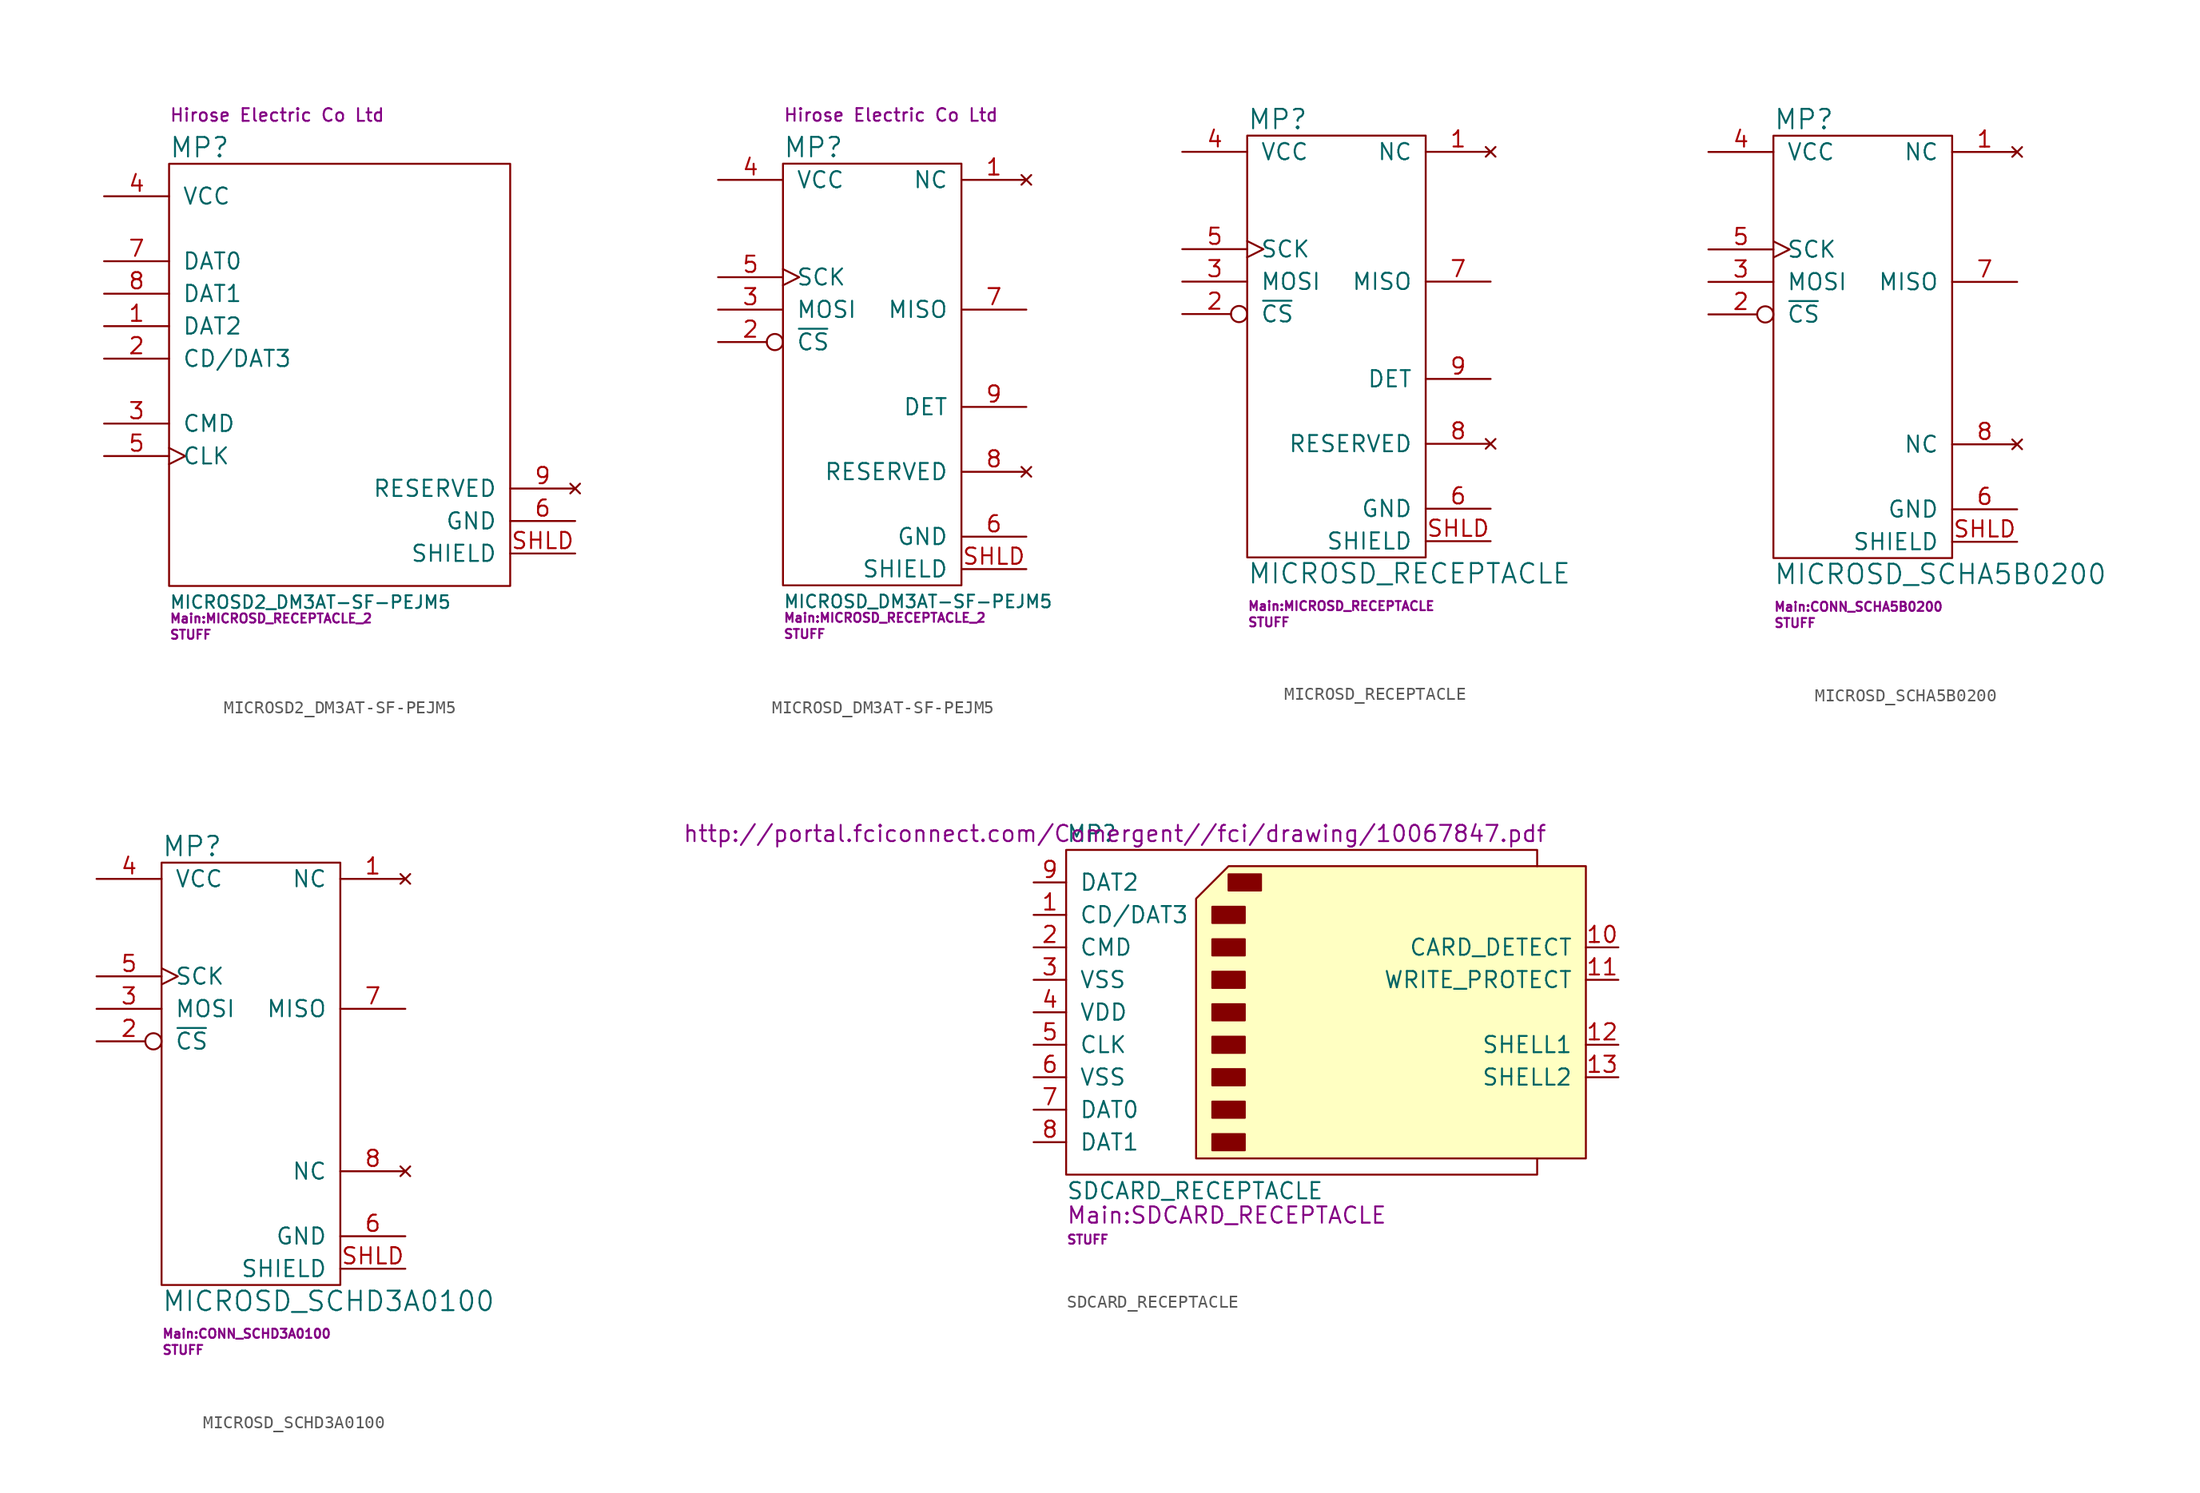
<source format=kicad_sym>
(kicad_symbol_lib
  (version 20211014)
  (generator kicad_symbol_editor)
  (symbol "MICROSD2_DM3AT-SF-PEJM5"
    (pin_names
      (offset 1.016))
    (property "Reference" "MP"
      (at -13.97 17.78 0)
      (effects (font (size 1.524 1.524)) (justify left)))
    (property "Value" "MICROSD2_DM3AT-SF-PEJM5"
      (at -13.97 -17.78 0)
      (effects (font (size 0.991 0.991)) (justify left)))
    (property "Footprint" "Main:MICROSD_RECEPTACLE_2"
      (at -13.97 -19.05 0)
      (effects (font (size 0.711 0.711)) (justify left)))
    (property "Datasheet" ""
      (at 2.54 3.81 0)
      (effects (font (size 1.524 1.524))))
    (property "Manufacturer" "Hirose Electric Co Ltd"
      (at -13.97 20.32 0)
      (effects (font (size 0.991 0.991)) (justify left)))
    (property "SKU" "STUFF"
      (at -13.97 -20.32 0)
      (effects (font (size 0.711 0.711)) (justify left)))
    (symbol "MICROSD2_DM3AT-SF-PEJM5_0_1"
      (rectangle (start -13.97 16.51) (end 12.7 -16.51) (stroke (width 0) (type default) (color 0 0 0 0)) (fill (type none))))
    (symbol "MICROSD2_DM3AT-SF-PEJM5_1_1"
      (pin bidirectional line (at -19.05 3.81 0) (length 5.08) (name "DAT2" (effects (font (size 1.27 1.27)))) (number "1" (effects (font (size 1.27 1.27)))))
      (pin bidirectional line (at -19.05 1.27 0) (length 5.08) (name "CD/DAT3" (effects (font (size 1.27 1.27)))) (number "2" (effects (font (size 1.27 1.27)))))
      (pin input line (at -19.05 -3.81 0) (length 5.08) (name "CMD" (effects (font (size 1.27 1.27)))) (number "3" (effects (font (size 1.27 1.27)))))
      (pin power_in line (at -19.05 13.97 0) (length 5.08) (name "VCC" (effects (font (size 1.27 1.27)))) (number "4" (effects (font (size 1.27 1.27)))))
      (pin input clock (at -19.05 -6.35 0) (length 5.08) (name "CLK" (effects (font (size 1.27 1.27)))) (number "5" (effects (font (size 1.27 1.27)))))
      (pin power_in line (at 17.78 -11.43 180) (length 5.08) (name "GND" (effects (font (size 1.27 1.27)))) (number "6" (effects (font (size 1.27 1.27)))))
      (pin bidirectional line (at -19.05 8.89 0) (length 5.08) (name "DAT0" (effects (font (size 1.27 1.27)))) (number "7" (effects (font (size 1.27 1.27)))))
      (pin bidirectional line (at -19.05 6.35 0) (length 5.08) (name "DAT1" (effects (font (size 1.27 1.27)))) (number "8" (effects (font (size 1.27 1.27)))))
      (pin no_connect line (at 17.78 -8.89 180) (length 5.08) (name "RESERVED" (effects (font (size 1.27 1.27)))) (number "9" (effects (font (size 1.27 1.27)))))
      (pin bidirectional line (at 17.78 -13.97 180) (length 5.08) (name "SHIELD" (effects (font (size 1.27 1.27)))) (number "SHLD" (effects (font (size 1.27 1.27)))))))
  (symbol "MICROSD_DM3AT-SF-PEJM5"
    (pin_names
      (offset 1.016))
    (property "Reference" "MP"
      (at -13.97 17.78 0)
      (effects (font (size 1.524 1.524)) (justify left)))
    (property "Value" "MICROSD_DM3AT-SF-PEJM5"
      (at -13.97 -17.78 0)
      (effects (font (size 0.991 0.991)) (justify left)))
    (property "Footprint" "Main:MICROSD_RECEPTACLE_2"
      (at -13.97 -19.05 0)
      (effects (font (size 0.711 0.711)) (justify left)))
    (property "Datasheet" ""
      (at 2.54 3.81 0)
      (effects (font (size 1.524 1.524))))
    (property "Manufacturer" "Hirose Electric Co Ltd"
      (at -13.97 20.32 0)
      (effects (font (size 0.991 0.991)) (justify left)))
    (property "SKU" "STUFF"
      (at -13.97 -20.32 0)
      (effects (font (size 0.711 0.711)) (justify left)))
    (symbol "MICROSD_DM3AT-SF-PEJM5_0_1"
      (rectangle (start -13.97 16.51) (end 0 -16.51) (stroke (width 0) (type default) (color 0 0 0 0)) (fill (type none))))
    (symbol "MICROSD_DM3AT-SF-PEJM5_1_1"
      (pin no_connect line (at 5.08 15.24 180) (length 5.08) (name "NC" (effects (font (size 1.27 1.27)))) (number "1" (effects (font (size 1.27 1.27)))))
      (pin input inverted (at -19.05 2.54 0) (length 5.08) (name "~{CS}" (effects (font (size 1.27 1.27)))) (number "2" (effects (font (size 1.27 1.27)))))
      (pin input line (at -19.05 5.08 0) (length 5.08) (name "MOSI" (effects (font (size 1.27 1.27)))) (number "3" (effects (font (size 1.27 1.27)))))
      (pin power_in line (at -19.05 15.24 0) (length 5.08) (name "VCC" (effects (font (size 1.27 1.27)))) (number "4" (effects (font (size 1.27 1.27)))))
      (pin input clock (at -19.05 7.62 0) (length 5.08) (name "SCK" (effects (font (size 1.27 1.27)))) (number "5" (effects (font (size 1.27 1.27)))))
      (pin power_in line (at 5.08 -12.7 180) (length 5.08) (name "GND" (effects (font (size 1.27 1.27)))) (number "6" (effects (font (size 1.27 1.27)))))
      (pin output line (at 5.08 5.08 180) (length 5.08) (name "MISO" (effects (font (size 1.27 1.27)))) (number "7" (effects (font (size 1.27 1.27)))))
      (pin no_connect line (at 5.08 -7.62 180) (length 5.08) (name "RESERVED" (effects (font (size 1.27 1.27)))) (number "8" (effects (font (size 1.27 1.27)))))
      (pin bidirectional line (at 5.08 -2.54 180) (length 5.08) (name "DET" (effects (font (size 1.27 1.27)))) (number "9" (effects (font (size 1.27 1.27)))))
      (pin bidirectional line (at 5.08 -15.24 180) (length 5.08) (name "SHIELD" (effects (font (size 1.27 1.27)))) (number "SHLD" (effects (font (size 1.27 1.27)))))))
  (symbol "MICROSD_RECEPTACLE"
    (pin_names
      (offset 1.016))
    (property "Reference" "MP"
      (at -13.97 17.78 0)
      (effects (font (size 1.524 1.524)) (justify left)))
    (property "Value" "MICROSD_RECEPTACLE"
      (at -13.97 -17.78 0)
      (effects (font (size 1.524 1.524)) (justify left)))
    (property "Footprint" "Main:MICROSD_RECEPTACLE"
      (at -13.97 -20.32 0)
      (effects (font (size 0.711 0.711)) (justify left)))
    (property "Datasheet" ""
      (at 2.54 3.81 0)
      (effects (font (size 1.524 1.524))))
    (property "SKU" "STUFF"
      (at -13.97 -21.59 0)
      (effects (font (size 0.711 0.711)) (justify left)))
    (symbol "MICROSD_RECEPTACLE_0_1"
      (rectangle (start -13.97 16.51) (end 0 -16.51) (stroke (width 0) (type default) (color 0 0 0 0)) (fill (type none))))
    (symbol "MICROSD_RECEPTACLE_1_1"
      (pin no_connect line (at 5.08 15.24 180) (length 5.08) (name "NC" (effects (font (size 1.27 1.27)))) (number "1" (effects (font (size 1.27 1.27)))))
      (pin input inverted (at -19.05 2.54 0) (length 5.08) (name "~{CS}" (effects (font (size 1.27 1.27)))) (number "2" (effects (font (size 1.27 1.27)))))
      (pin input line (at -19.05 5.08 0) (length 5.08) (name "MOSI" (effects (font (size 1.27 1.27)))) (number "3" (effects (font (size 1.27 1.27)))))
      (pin power_in line (at -19.05 15.24 0) (length 5.08) (name "VCC" (effects (font (size 1.27 1.27)))) (number "4" (effects (font (size 1.27 1.27)))))
      (pin input clock (at -19.05 7.62 0) (length 5.08) (name "SCK" (effects (font (size 1.27 1.27)))) (number "5" (effects (font (size 1.27 1.27)))))
      (pin power_in line (at 5.08 -12.7 180) (length 5.08) (name "GND" (effects (font (size 1.27 1.27)))) (number "6" (effects (font (size 1.27 1.27)))))
      (pin output line (at 5.08 5.08 180) (length 5.08) (name "MISO" (effects (font (size 1.27 1.27)))) (number "7" (effects (font (size 1.27 1.27)))))
      (pin no_connect line (at 5.08 -7.62 180) (length 5.08) (name "RESERVED" (effects (font (size 1.27 1.27)))) (number "8" (effects (font (size 1.27 1.27)))))
      (pin bidirectional line (at 5.08 -2.54 180) (length 5.08) (name "DET" (effects (font (size 1.27 1.27)))) (number "9" (effects (font (size 1.27 1.27)))))
      (pin bidirectional line (at 5.08 -15.24 180) (length 5.08) (name "SHIELD" (effects (font (size 1.27 1.27)))) (number "SHLD" (effects (font (size 1.27 1.27)))))))
  (symbol "MICROSD_SCHA5B0200"
    (pin_names
      (offset 1.016))
    (property "Reference" "MP"
      (at -13.97 17.78 0)
      (effects (font (size 1.524 1.524)) (justify left)))
    (property "Value" "MICROSD_SCHA5B0200"
      (at -13.97 -17.78 0)
      (effects (font (size 1.524 1.524)) (justify left)))
    (property "Footprint" "Main:CONN_SCHA5B0200"
      (at -13.97 -20.32 0)
      (effects (font (size 0.711 0.711)) (justify left)))
    (property "Datasheet" ""
      (at 2.54 3.81 0)
      (effects (font (size 1.524 1.524))))
    (property "SKU" "STUFF"
      (at -13.97 -21.59 0)
      (effects (font (size 0.711 0.711)) (justify left)))
    (symbol "MICROSD_SCHA5B0200_0_1"
      (rectangle (start -13.97 16.51) (end 0 -16.51) (stroke (width 0) (type default) (color 0 0 0 0)) (fill (type none))))
    (symbol "MICROSD_SCHA5B0200_1_1"
      (pin no_connect line (at 5.08 15.24 180) (length 5.08) (name "NC" (effects (font (size 1.27 1.27)))) (number "1" (effects (font (size 1.27 1.27)))))
      (pin input inverted (at -19.05 2.54 0) (length 5.08) (name "~{CS}" (effects (font (size 1.27 1.27)))) (number "2" (effects (font (size 1.27 1.27)))))
      (pin input line (at -19.05 5.08 0) (length 5.08) (name "MOSI" (effects (font (size 1.27 1.27)))) (number "3" (effects (font (size 1.27 1.27)))))
      (pin power_in line (at -19.05 15.24 0) (length 5.08) (name "VCC" (effects (font (size 1.27 1.27)))) (number "4" (effects (font (size 1.27 1.27)))))
      (pin input clock (at -19.05 7.62 0) (length 5.08) (name "SCK" (effects (font (size 1.27 1.27)))) (number "5" (effects (font (size 1.27 1.27)))))
      (pin power_in line (at 5.08 -12.7 180) (length 5.08) (name "GND" (effects (font (size 1.27 1.27)))) (number "6" (effects (font (size 1.27 1.27)))))
      (pin output line (at 5.08 5.08 180) (length 5.08) (name "MISO" (effects (font (size 1.27 1.27)))) (number "7" (effects (font (size 1.27 1.27)))))
      (pin no_connect line (at 5.08 -7.62 180) (length 5.08) (name "NC" (effects (font (size 1.27 1.27)))) (number "8" (effects (font (size 1.27 1.27)))))
      (pin bidirectional line (at 5.08 -15.24 180) (length 5.08) (name "SHIELD" (effects (font (size 1.27 1.27)))) (number "SHLD" (effects (font (size 1.27 1.27)))))))
  (symbol "MICROSD_SCHD3A0100"
    (pin_names
      (offset 1.016))
    (property "Reference" "MP"
      (at -13.97 17.78 0)
      (effects (font (size 1.524 1.524)) (justify left)))
    (property "Value" "MICROSD_SCHD3A0100"
      (at -13.97 -17.78 0)
      (effects (font (size 1.524 1.524)) (justify left)))
    (property "Footprint" "Main:CONN_SCHD3A0100"
      (at -13.97 -20.32 0)
      (effects (font (size 0.711 0.711)) (justify left)))
    (property "Datasheet" ""
      (at 2.54 3.81 0)
      (effects (font (size 1.524 1.524))))
    (property "SKU" "STUFF"
      (at -13.97 -21.59 0)
      (effects (font (size 0.711 0.711)) (justify left)))
    (symbol "MICROSD_SCHD3A0100_0_1"
      (rectangle (start -13.97 16.51) (end 0 -16.51) (stroke (width 0) (type default) (color 0 0 0 0)) (fill (type none))))
    (symbol "MICROSD_SCHD3A0100_1_1"
      (pin no_connect line (at 5.08 15.24 180) (length 5.08) (name "NC" (effects (font (size 1.27 1.27)))) (number "1" (effects (font (size 1.27 1.27)))))
      (pin input inverted (at -19.05 2.54 0) (length 5.08) (name "~{CS}" (effects (font (size 1.27 1.27)))) (number "2" (effects (font (size 1.27 1.27)))))
      (pin input line (at -19.05 5.08 0) (length 5.08) (name "MOSI" (effects (font (size 1.27 1.27)))) (number "3" (effects (font (size 1.27 1.27)))))
      (pin power_in line (at -19.05 15.24 0) (length 5.08) (name "VCC" (effects (font (size 1.27 1.27)))) (number "4" (effects (font (size 1.27 1.27)))))
      (pin input clock (at -19.05 7.62 0) (length 5.08) (name "SCK" (effects (font (size 1.27 1.27)))) (number "5" (effects (font (size 1.27 1.27)))))
      (pin power_in line (at 5.08 -12.7 180) (length 5.08) (name "GND" (effects (font (size 1.27 1.27)))) (number "6" (effects (font (size 1.27 1.27)))))
      (pin output line (at 5.08 5.08 180) (length 5.08) (name "MISO" (effects (font (size 1.27 1.27)))) (number "7" (effects (font (size 1.27 1.27)))))
      (pin no_connect line (at 5.08 -7.62 180) (length 5.08) (name "NC" (effects (font (size 1.27 1.27)))) (number "8" (effects (font (size 1.27 1.27)))))
      (pin bidirectional line (at 5.08 -15.24 180) (length 5.08) (name "SHIELD" (effects (font (size 1.27 1.27)))) (number "SHLD" (effects (font (size 1.27 1.27)))))))
  (symbol "SDCARD_RECEPTACLE"
    (pin_names
      (offset 1.016))
    (property "Reference" "MP"
      (at -20.32 13.97 0)
      (effects (font (size 1.27 1.27)) (justify left)))
    (property "Value" "SDCARD_RECEPTACLE"
      (at -20.32 -13.97 0)
      (effects (font (size 1.27 1.27)) (justify left)))
    (property "Footprint" "Main:SDCARD_RECEPTACLE"
      (at -20.32 -15.875 0)
      (effects (font (size 1.27 1.27)) (justify left)))
    (property "Datasheet" "http://portal.fciconnect.com/Comergent//fci/drawing/10067847.pdf"
      (at -16.51 13.97 0)
      (effects (font (size 1.27 1.27))))
    (property "SKU" "STUFF"
      (at -20.32 -17.78 0)
      (effects (font (size 0.711 0.711)) (justify left)))
    (symbol "SDCARD_RECEPTACLE_0_1"
      (rectangle (start -8.89 -9.525) (end -6.35 -10.795) (stroke (width 0) (type default) (color 0 0 0 0)) (fill (type outline)))
      (rectangle (start -8.89 -6.985) (end -6.35 -8.255) (stroke (width 0) (type default) (color 0 0 0 0)) (fill (type outline)))
      (rectangle (start -8.89 -4.445) (end -6.35 -5.715) (stroke (width 0) (type default) (color 0 0 0 0)) (fill (type outline)))
      (rectangle (start -8.89 -1.905) (end -6.35 -3.175) (stroke (width 0) (type default) (color 0 0 0 0)) (fill (type outline)))
      (rectangle (start -8.89 0.635) (end -6.35 -0.635) (stroke (width 0) (type default) (color 0 0 0 0)) (fill (type outline)))
      (rectangle (start -8.89 3.175) (end -6.35 1.905) (stroke (width 0) (type default) (color 0 0 0 0)) (fill (type outline)))
      (rectangle (start -8.89 5.715) (end -6.35 4.445) (stroke (width 0) (type default) (color 0 0 0 0)) (fill (type outline)))
      (rectangle (start -8.89 8.255) (end -6.35 6.985) (stroke (width 0) (type default) (color 0 0 0 0)) (fill (type outline)))
      (rectangle (start -7.62 10.795) (end -5.08 9.525) (stroke (width 0) (type default) (color 0 0 0 0)) (fill (type outline)))
      (polyline (pts (xy -10.16 8.89) (xy -7.62 11.43) (xy 20.32 11.43) (xy 20.32 -11.43) (xy -10.16 -11.43) (xy -10.16 8.89)) (stroke (width 0) (type default) (color 0 0 0 0)) (fill (type background)))
      (polyline (pts (xy 16.51 11.43) (xy 16.51 12.7) (xy -20.32 12.7) (xy -20.32 -12.7) (xy 16.51 -12.7) (xy 16.51 -11.43)) (stroke (width 0) (type default) (color 0 0 0 0)) (fill (type none))))
    (symbol "SDCARD_RECEPTACLE_1_1"
      (pin input line (at -22.86 7.62 0) (length 2.54) (name "CD/DAT3" (effects (font (size 1.27 1.27)))) (number "1" (effects (font (size 1.27 1.27)))))
      (pin input line (at 22.86 5.08 180) (length 2.54) (name "CARD_DETECT" (effects (font (size 1.27 1.27)))) (number "10" (effects (font (size 1.27 1.27)))))
      (pin input line (at 22.86 2.54 180) (length 2.54) (name "WRITE_PROTECT" (effects (font (size 1.27 1.27)))) (number "11" (effects (font (size 1.27 1.27)))))
      (pin input line (at 22.86 -2.54 180) (length 2.54) (name "SHELL1" (effects (font (size 1.27 1.27)))) (number "12" (effects (font (size 1.27 1.27)))))
      (pin input line (at 22.86 -5.08 180) (length 2.54) (name "SHELL2" (effects (font (size 1.27 1.27)))) (number "13" (effects (font (size 1.27 1.27)))))
      (pin input line (at -22.86 5.08 0) (length 2.54) (name "CMD" (effects (font (size 1.27 1.27)))) (number "2" (effects (font (size 1.27 1.27)))))
      (pin input line (at -22.86 2.54 0) (length 2.54) (name "VSS" (effects (font (size 1.27 1.27)))) (number "3" (effects (font (size 1.27 1.27)))))
      (pin input line (at -22.86 0 0) (length 2.54) (name "VDD" (effects (font (size 1.27 1.27)))) (number "4" (effects (font (size 1.27 1.27)))))
      (pin input line (at -22.86 -2.54 0) (length 2.54) (name "CLK" (effects (font (size 1.27 1.27)))) (number "5" (effects (font (size 1.27 1.27)))))
      (pin input line (at -22.86 -5.08 0) (length 2.54) (name "VSS" (effects (font (size 1.27 1.27)))) (number "6" (effects (font (size 1.27 1.27)))))
      (pin input line (at -22.86 -7.62 0) (length 2.54) (name "DAT0" (effects (font (size 1.27 1.27)))) (number "7" (effects (font (size 1.27 1.27)))))
      (pin input line (at -22.86 -10.16 0) (length 2.54) (name "DAT1" (effects (font (size 1.27 1.27)))) (number "8" (effects (font (size 1.27 1.27)))))
      (pin input line (at -22.86 10.16 0) (length 2.54) (name "DAT2" (effects (font (size 1.27 1.27)))) (number "9" (effects (font (size 1.27 1.27))))))))
</source>
